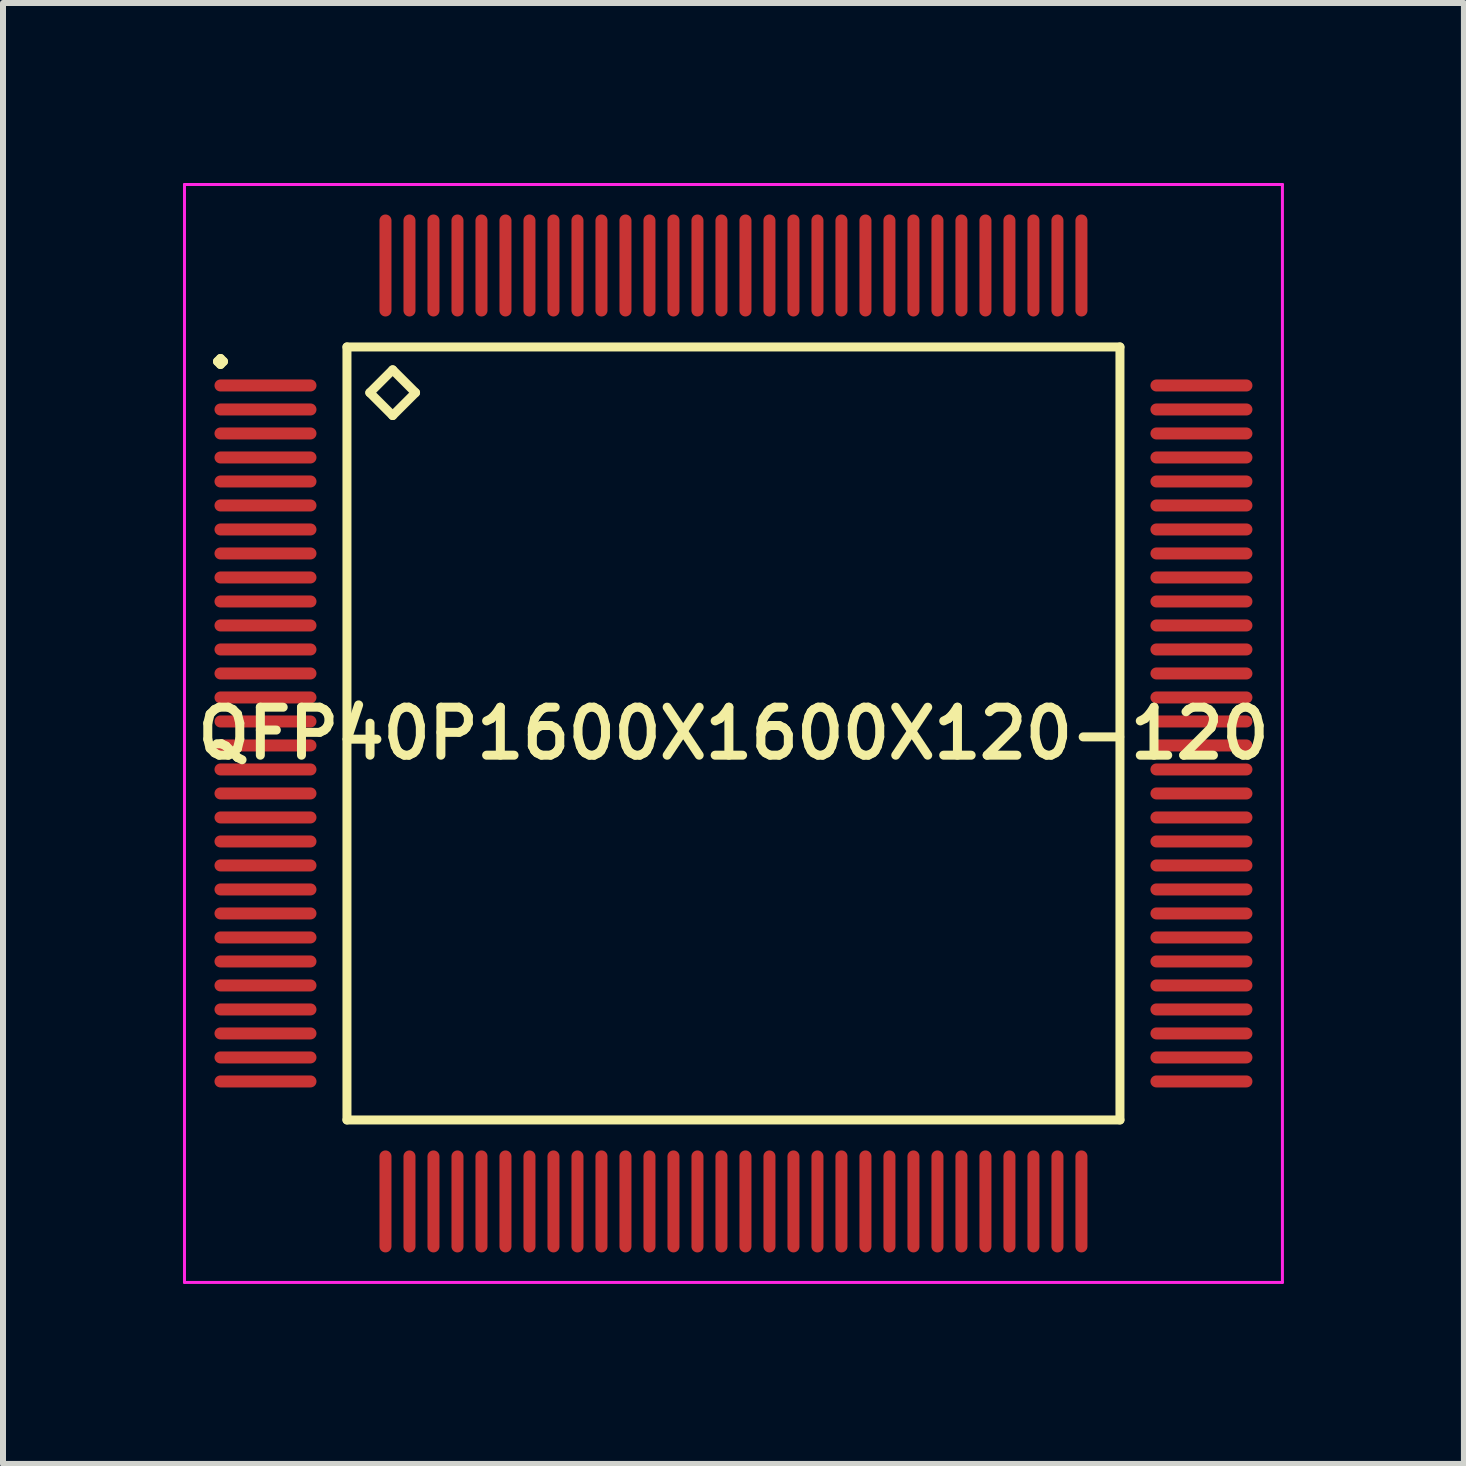
<source format=kicad_pcb>
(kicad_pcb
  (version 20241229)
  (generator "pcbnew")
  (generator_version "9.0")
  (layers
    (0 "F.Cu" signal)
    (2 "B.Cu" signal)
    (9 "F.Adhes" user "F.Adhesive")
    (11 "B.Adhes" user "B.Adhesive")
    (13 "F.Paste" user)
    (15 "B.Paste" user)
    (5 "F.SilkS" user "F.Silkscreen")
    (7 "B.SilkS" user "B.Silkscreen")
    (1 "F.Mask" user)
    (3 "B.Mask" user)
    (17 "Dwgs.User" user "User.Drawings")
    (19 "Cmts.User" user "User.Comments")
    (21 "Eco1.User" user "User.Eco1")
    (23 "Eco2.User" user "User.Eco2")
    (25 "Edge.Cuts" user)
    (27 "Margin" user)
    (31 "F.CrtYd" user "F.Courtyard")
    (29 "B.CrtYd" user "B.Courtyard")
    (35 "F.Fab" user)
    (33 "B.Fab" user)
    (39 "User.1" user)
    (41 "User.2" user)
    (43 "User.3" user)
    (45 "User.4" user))
  (footprint "QFP40P1600X1600X120-120"
    (layer "F.Cu")
    (at 9.175 9.175)
    (property "Reference" "QFP40P1600X1600X120-120" (at 0 0 0) (layer "F.SilkS") (effects (font (size 0.8 0.8) (thickness 0.15))))
    (attr smd)
    (fp_line (start -8.6 -6.2) (end -8.55 -6.25) (stroke (width 0.15) (type solid)) (layer "F.SilkS"))
    (fp_line (start -8.55 -6.25) (end -8.5 -6.2) (stroke (width 0.15) (type solid)) (layer "F.SilkS"))
    (fp_line (start -8.55 -6.15) (end -8.6 -6.2) (stroke (width 0.15) (type solid)) (layer "F.SilkS"))
    (fp_line (start -8.5 -6.2) (end -8.55 -6.15) (stroke (width 0.15) (type solid)) (layer "F.SilkS"))
    (fp_line (start -6.442 -6.442) (end -6.442 6.442) (stroke (width 0.15) (type solid)) (layer "F.SilkS"))
    (fp_line (start -6.442 6.442) (end 6.442 6.442) (stroke (width 0.15) (type solid)) (layer "F.SilkS"))
    (fp_line (start -6.061 -5.68) (end -5.68 -6.061) (stroke (width 0.15) (type solid)) (layer "F.SilkS"))
    (fp_line (start -5.68 -6.061) (end -5.299 -5.68) (stroke (width 0.15) (type solid)) (layer "F.SilkS"))
    (fp_line (start -5.68 -5.299) (end -6.061 -5.68) (stroke (width 0.15) (type solid)) (layer "F.SilkS"))
    (fp_line (start -5.299 -5.68) (end -5.68 -5.299) (stroke (width 0.15) (type solid)) (layer "F.SilkS"))
    (fp_line (start 6.442 -6.442) (end -6.442 -6.442) (stroke (width 0.15) (type solid)) (layer "F.SilkS"))
    (fp_line (start 6.442 6.442) (end 6.442 -6.442) (stroke (width 0.15) (type solid)) (layer "F.SilkS"))
    (fp_line (start -9.15 -9.15) (end 9.15 -9.15) (stroke (width 0.05) (type solid)) (layer "F.CrtYd"))
    (fp_line (start -9.15 9.15) (end -9.15 -9.15) (stroke (width 0.05) (type solid)) (layer "F.CrtYd"))
    (fp_line (start 9.15 -9.15) (end 9.15 9.15) (stroke (width 0.05) (type solid)) (layer "F.CrtYd"))
    (fp_line (start 9.15 9.15) (end -9.15 9.15) (stroke (width 0.05) (type solid)) (layer "F.CrtYd"))
    (pad "1" smd oval (at -7.8 -5.8) (size 1.7 0.2) (layers "F.Cu" "F.Mask" "F.Paste"))
    (pad "2" smd oval (at -7.8 -5.4) (size 1.7 0.2) (layers "F.Cu" "F.Mask" "F.Paste"))
    (pad "3" smd oval (at -7.8 -5) (size 1.7 0.2) (layers "F.Cu" "F.Mask" "F.Paste"))
    (pad "4" smd oval (at -7.8 -4.6) (size 1.7 0.2) (layers "F.Cu" "F.Mask" "F.Paste"))
    (pad "5" smd oval (at -7.8 -4.2) (size 1.7 0.2) (layers "F.Cu" "F.Mask" "F.Paste"))
    (pad "6" smd oval (at -7.8 -3.8) (size 1.7 0.2) (layers "F.Cu" "F.Mask" "F.Paste"))
    (pad "7" smd oval (at -7.8 -3.4) (size 1.7 0.2) (layers "F.Cu" "F.Mask" "F.Paste"))
    (pad "8" smd oval (at -7.8 -3) (size 1.7 0.2) (layers "F.Cu" "F.Mask" "F.Paste"))
    (pad "9" smd oval (at -7.8 -2.6) (size 1.7 0.2) (layers "F.Cu" "F.Mask" "F.Paste"))
    (pad "10" smd oval (at -7.8 -2.2) (size 1.7 0.2) (layers "F.Cu" "F.Mask" "F.Paste"))
    (pad "11" smd oval (at -7.8 -1.8) (size 1.7 0.2) (layers "F.Cu" "F.Mask" "F.Paste"))
    (pad "12" smd oval (at -7.8 -1.4) (size 1.7 0.2) (layers "F.Cu" "F.Mask" "F.Paste"))
    (pad "13" smd oval (at -7.8 -1) (size 1.7 0.2) (layers "F.Cu" "F.Mask" "F.Paste"))
    (pad "14" smd oval (at -7.8 -0.6) (size 1.7 0.2) (layers "F.Cu" "F.Mask" "F.Paste"))
    (pad "15" smd oval (at -7.8 -0.2) (size 1.7 0.2) (layers "F.Cu" "F.Mask" "F.Paste"))
    (pad "16" smd oval (at -7.8 0.2) (size 1.7 0.2) (layers "F.Cu" "F.Mask" "F.Paste"))
    (pad "17" smd oval (at -7.8 0.6) (size 1.7 0.2) (layers "F.Cu" "F.Mask" "F.Paste"))
    (pad "18" smd oval (at -7.8 1) (size 1.7 0.2) (layers "F.Cu" "F.Mask" "F.Paste"))
    (pad "19" smd oval (at -7.8 1.4) (size 1.7 0.2) (layers "F.Cu" "F.Mask" "F.Paste"))
    (pad "20" smd oval (at -7.8 1.8) (size 1.7 0.2) (layers "F.Cu" "F.Mask" "F.Paste"))
    (pad "21" smd oval (at -7.8 2.2) (size 1.7 0.2) (layers "F.Cu" "F.Mask" "F.Paste"))
    (pad "22" smd oval (at -7.8 2.6) (size 1.7 0.2) (layers "F.Cu" "F.Mask" "F.Paste"))
    (pad "23" smd oval (at -7.8 3) (size 1.7 0.2) (layers "F.Cu" "F.Mask" "F.Paste"))
    (pad "24" smd oval (at -7.8 3.4) (size 1.7 0.2) (layers "F.Cu" "F.Mask" "F.Paste"))
    (pad "25" smd oval (at -7.8 3.8) (size 1.7 0.2) (layers "F.Cu" "F.Mask" "F.Paste"))
    (pad "26" smd oval (at -7.8 4.2) (size 1.7 0.2) (layers "F.Cu" "F.Mask" "F.Paste"))
    (pad "27" smd oval (at -7.8 4.6) (size 1.7 0.2) (layers "F.Cu" "F.Mask" "F.Paste"))
    (pad "28" smd oval (at -7.8 5) (size 1.7 0.2) (layers "F.Cu" "F.Mask" "F.Paste"))
    (pad "29" smd oval (at -7.8 5.4) (size 1.7 0.2) (layers "F.Cu" "F.Mask" "F.Paste"))
    (pad "30" smd oval (at -7.8 5.8) (size 1.7 0.2) (layers "F.Cu" "F.Mask" "F.Paste"))
    (pad "31" smd oval (at -5.8 7.8) (size 0.2 1.7) (layers "F.Cu" "F.Mask" "F.Paste"))
    (pad "32" smd oval (at -5.4 7.8) (size 0.2 1.7) (layers "F.Cu" "F.Mask" "F.Paste"))
    (pad "33" smd oval (at -5 7.8) (size 0.2 1.7) (layers "F.Cu" "F.Mask" "F.Paste"))
    (pad "34" smd oval (at -4.6 7.8) (size 0.2 1.7) (layers "F.Cu" "F.Mask" "F.Paste"))
    (pad "35" smd oval (at -4.2 7.8) (size 0.2 1.7) (layers "F.Cu" "F.Mask" "F.Paste"))
    (pad "36" smd oval (at -3.8 7.8) (size 0.2 1.7) (layers "F.Cu" "F.Mask" "F.Paste"))
    (pad "37" smd oval (at -3.4 7.8) (size 0.2 1.7) (layers "F.Cu" "F.Mask" "F.Paste"))
    (pad "38" smd oval (at -3 7.8) (size 0.2 1.7) (layers "F.Cu" "F.Mask" "F.Paste"))
    (pad "39" smd oval (at -2.6 7.8) (size 0.2 1.7) (layers "F.Cu" "F.Mask" "F.Paste"))
    (pad "40" smd oval (at -2.2 7.8) (size 0.2 1.7) (layers "F.Cu" "F.Mask" "F.Paste"))
    (pad "41" smd oval (at -1.8 7.8) (size 0.2 1.7) (layers "F.Cu" "F.Mask" "F.Paste"))
    (pad "42" smd oval (at -1.4 7.8) (size 0.2 1.7) (layers "F.Cu" "F.Mask" "F.Paste"))
    (pad "43" smd oval (at -1 7.8) (size 0.2 1.7) (layers "F.Cu" "F.Mask" "F.Paste"))
    (pad "44" smd oval (at -0.6 7.8) (size 0.2 1.7) (layers "F.Cu" "F.Mask" "F.Paste"))
    (pad "45" smd oval (at -0.2 7.8) (size 0.2 1.7) (layers "F.Cu" "F.Mask" "F.Paste"))
    (pad "46" smd oval (at 0.2 7.8) (size 0.2 1.7) (layers "F.Cu" "F.Mask" "F.Paste"))
    (pad "47" smd oval (at 0.6 7.8) (size 0.2 1.7) (layers "F.Cu" "F.Mask" "F.Paste"))
    (pad "48" smd oval (at 1 7.8) (size 0.2 1.7) (layers "F.Cu" "F.Mask" "F.Paste"))
    (pad "49" smd oval (at 1.4 7.8) (size 0.2 1.7) (layers "F.Cu" "F.Mask" "F.Paste"))
    (pad "50" smd oval (at 1.8 7.8) (size 0.2 1.7) (layers "F.Cu" "F.Mask" "F.Paste"))
    (pad "51" smd oval (at 2.2 7.8) (size 0.2 1.7) (layers "F.Cu" "F.Mask" "F.Paste"))
    (pad "52" smd oval (at 2.6 7.8) (size 0.2 1.7) (layers "F.Cu" "F.Mask" "F.Paste"))
    (pad "53" smd oval (at 3 7.8) (size 0.2 1.7) (layers "F.Cu" "F.Mask" "F.Paste"))
    (pad "54" smd oval (at 3.4 7.8) (size 0.2 1.7) (layers "F.Cu" "F.Mask" "F.Paste"))
    (pad "55" smd oval (at 3.8 7.8) (size 0.2 1.7) (layers "F.Cu" "F.Mask" "F.Paste"))
    (pad "56" smd oval (at 4.2 7.8) (size 0.2 1.7) (layers "F.Cu" "F.Mask" "F.Paste"))
    (pad "57" smd oval (at 4.6 7.8) (size 0.2 1.7) (layers "F.Cu" "F.Mask" "F.Paste"))
    (pad "58" smd oval (at 5 7.8) (size 0.2 1.7) (layers "F.Cu" "F.Mask" "F.Paste"))
    (pad "59" smd oval (at 5.4 7.8) (size 0.2 1.7) (layers "F.Cu" "F.Mask" "F.Paste"))
    (pad "60" smd oval (at 5.8 7.8) (size 0.2 1.7) (layers "F.Cu" "F.Mask" "F.Paste"))
    (pad "61" smd oval (at 7.8 5.8) (size 1.7 0.2) (layers "F.Cu" "F.Mask" "F.Paste"))
    (pad "62" smd oval (at 7.8 5.4) (size 1.7 0.2) (layers "F.Cu" "F.Mask" "F.Paste"))
    (pad "63" smd oval (at 7.8 5) (size 1.7 0.2) (layers "F.Cu" "F.Mask" "F.Paste"))
    (pad "64" smd oval (at 7.8 4.6) (size 1.7 0.2) (layers "F.Cu" "F.Mask" "F.Paste"))
    (pad "65" smd oval (at 7.8 4.2) (size 1.7 0.2) (layers "F.Cu" "F.Mask" "F.Paste"))
    (pad "66" smd oval (at 7.8 3.8) (size 1.7 0.2) (layers "F.Cu" "F.Mask" "F.Paste"))
    (pad "67" smd oval (at 7.8 3.4) (size 1.7 0.2) (layers "F.Cu" "F.Mask" "F.Paste"))
    (pad "68" smd oval (at 7.8 3) (size 1.7 0.2) (layers "F.Cu" "F.Mask" "F.Paste"))
    (pad "69" smd oval (at 7.8 2.6) (size 1.7 0.2) (layers "F.Cu" "F.Mask" "F.Paste"))
    (pad "70" smd oval (at 7.8 2.2) (size 1.7 0.2) (layers "F.Cu" "F.Mask" "F.Paste"))
    (pad "71" smd oval (at 7.8 1.8) (size 1.7 0.2) (layers "F.Cu" "F.Mask" "F.Paste"))
    (pad "72" smd oval (at 7.8 1.4) (size 1.7 0.2) (layers "F.Cu" "F.Mask" "F.Paste"))
    (pad "73" smd oval (at 7.8 1) (size 1.7 0.2) (layers "F.Cu" "F.Mask" "F.Paste"))
    (pad "74" smd oval (at 7.8 0.6) (size 1.7 0.2) (layers "F.Cu" "F.Mask" "F.Paste"))
    (pad "75" smd oval (at 7.8 0.2) (size 1.7 0.2) (layers "F.Cu" "F.Mask" "F.Paste"))
    (pad "76" smd oval (at 7.8 -0.2) (size 1.7 0.2) (layers "F.Cu" "F.Mask" "F.Paste"))
    (pad "77" smd oval (at 7.8 -0.6) (size 1.7 0.2) (layers "F.Cu" "F.Mask" "F.Paste"))
    (pad "78" smd oval (at 7.8 -1) (size 1.7 0.2) (layers "F.Cu" "F.Mask" "F.Paste"))
    (pad "79" smd oval (at 7.8 -1.4) (size 1.7 0.2) (layers "F.Cu" "F.Mask" "F.Paste"))
    (pad "80" smd oval (at 7.8 -1.8) (size 1.7 0.2) (layers "F.Cu" "F.Mask" "F.Paste"))
    (pad "81" smd oval (at 7.8 -2.2) (size 1.7 0.2) (layers "F.Cu" "F.Mask" "F.Paste"))
    (pad "82" smd oval (at 7.8 -2.6) (size 1.7 0.2) (layers "F.Cu" "F.Mask" "F.Paste"))
    (pad "83" smd oval (at 7.8 -3) (size 1.7 0.2) (layers "F.Cu" "F.Mask" "F.Paste"))
    (pad "84" smd oval (at 7.8 -3.4) (size 1.7 0.2) (layers "F.Cu" "F.Mask" "F.Paste"))
    (pad "85" smd oval (at 7.8 -3.8) (size 1.7 0.2) (layers "F.Cu" "F.Mask" "F.Paste"))
    (pad "86" smd oval (at 7.8 -4.2) (size 1.7 0.2) (layers "F.Cu" "F.Mask" "F.Paste"))
    (pad "87" smd oval (at 7.8 -4.6) (size 1.7 0.2) (layers "F.Cu" "F.Mask" "F.Paste"))
    (pad "88" smd oval (at 7.8 -5) (size 1.7 0.2) (layers "F.Cu" "F.Mask" "F.Paste"))
    (pad "89" smd oval (at 7.8 -5.4) (size 1.7 0.2) (layers "F.Cu" "F.Mask" "F.Paste"))
    (pad "90" smd oval (at 7.8 -5.8) (size 1.7 0.2) (layers "F.Cu" "F.Mask" "F.Paste"))
    (pad "91" smd oval (at 5.8 -7.8) (size 0.2 1.7) (layers "F.Cu" "F.Mask" "F.Paste"))
    (pad "92" smd oval (at 5.4 -7.8) (size 0.2 1.7) (layers "F.Cu" "F.Mask" "F.Paste"))
    (pad "93" smd oval (at 5 -7.8) (size 0.2 1.7) (layers "F.Cu" "F.Mask" "F.Paste"))
    (pad "94" smd oval (at 4.6 -7.8) (size 0.2 1.7) (layers "F.Cu" "F.Mask" "F.Paste"))
    (pad "95" smd oval (at 4.2 -7.8) (size 0.2 1.7) (layers "F.Cu" "F.Mask" "F.Paste"))
    (pad "96" smd oval (at 3.8 -7.8) (size 0.2 1.7) (layers "F.Cu" "F.Mask" "F.Paste"))
    (pad "97" smd oval (at 3.4 -7.8) (size 0.2 1.7) (layers "F.Cu" "F.Mask" "F.Paste"))
    (pad "98" smd oval (at 3 -7.8) (size 0.2 1.7) (layers "F.Cu" "F.Mask" "F.Paste"))
    (pad "99" smd oval (at 2.6 -7.8) (size 0.2 1.7) (layers "F.Cu" "F.Mask" "F.Paste"))
    (pad "100" smd oval (at 2.2 -7.8) (size 0.2 1.7) (layers "F.Cu" "F.Mask" "F.Paste"))
    (pad "101" smd oval (at 1.8 -7.8) (size 0.2 1.7) (layers "F.Cu" "F.Mask" "F.Paste"))
    (pad "102" smd oval (at 1.4 -7.8) (size 0.2 1.7) (layers "F.Cu" "F.Mask" "F.Paste"))
    (pad "103" smd oval (at 1 -7.8) (size 0.2 1.7) (layers "F.Cu" "F.Mask" "F.Paste"))
    (pad "104" smd oval (at 0.6 -7.8) (size 0.2 1.7) (layers "F.Cu" "F.Mask" "F.Paste"))
    (pad "105" smd oval (at 0.2 -7.8) (size 0.2 1.7) (layers "F.Cu" "F.Mask" "F.Paste"))
    (pad "106" smd oval (at -0.2 -7.8) (size 0.2 1.7) (layers "F.Cu" "F.Mask" "F.Paste"))
    (pad "107" smd oval (at -0.6 -7.8) (size 0.2 1.7) (layers "F.Cu" "F.Mask" "F.Paste"))
    (pad "108" smd oval (at -1 -7.8) (size 0.2 1.7) (layers "F.Cu" "F.Mask" "F.Paste"))
    (pad "109" smd oval (at -1.4 -7.8) (size 0.2 1.7) (layers "F.Cu" "F.Mask" "F.Paste"))
    (pad "110" smd oval (at -1.8 -7.8) (size 0.2 1.7) (layers "F.Cu" "F.Mask" "F.Paste"))
    (pad "111" smd oval (at -2.2 -7.8) (size 0.2 1.7) (layers "F.Cu" "F.Mask" "F.Paste"))
    (pad "112" smd oval (at -2.6 -7.8) (size 0.2 1.7) (layers "F.Cu" "F.Mask" "F.Paste"))
    (pad "113" smd oval (at -3 -7.8) (size 0.2 1.7) (layers "F.Cu" "F.Mask" "F.Paste"))
    (pad "114" smd oval (at -3.4 -7.8) (size 0.2 1.7) (layers "F.Cu" "F.Mask" "F.Paste"))
    (pad "115" smd oval (at -3.8 -7.8) (size 0.2 1.7) (layers "F.Cu" "F.Mask" "F.Paste"))
    (pad "116" smd oval (at -4.2 -7.8) (size 0.2 1.7) (layers "F.Cu" "F.Mask" "F.Paste"))
    (pad "117" smd oval (at -4.6 -7.8) (size 0.2 1.7) (layers "F.Cu" "F.Mask" "F.Paste"))
    (pad "118" smd oval (at -5 -7.8) (size 0.2 1.7) (layers "F.Cu" "F.Mask" "F.Paste"))
    (pad "119" smd oval (at -5.4 -7.8) (size 0.2 1.7) (layers "F.Cu" "F.Mask" "F.Paste"))
    (pad "120" smd oval (at -5.8 -7.8) (size 0.2 1.7) (layers "F.Cu" "F.Mask" "F.Paste")))
  (gr_rect
    (start -3 -3)
    (end 21.35 21.35)
    (stroke (width 0.1) (type default))
    (fill no)
    (layer "Edge.Cuts")))
</source>
